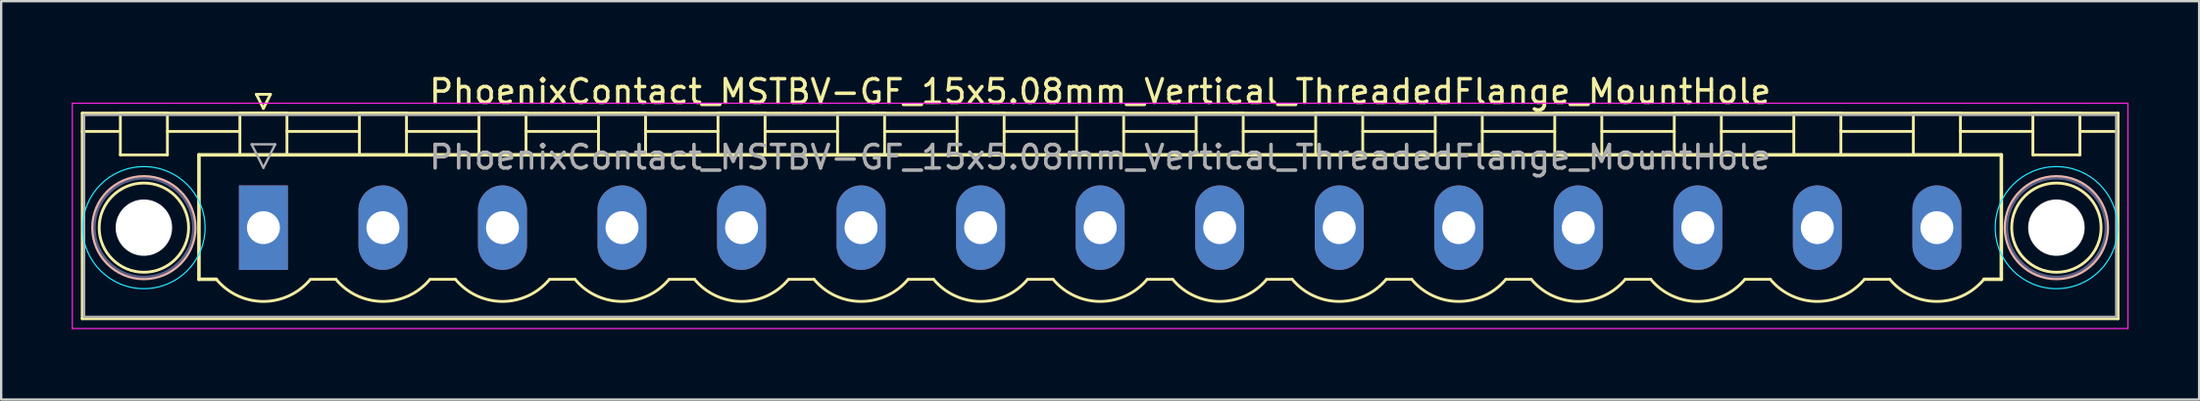
<source format=kicad_pcb>
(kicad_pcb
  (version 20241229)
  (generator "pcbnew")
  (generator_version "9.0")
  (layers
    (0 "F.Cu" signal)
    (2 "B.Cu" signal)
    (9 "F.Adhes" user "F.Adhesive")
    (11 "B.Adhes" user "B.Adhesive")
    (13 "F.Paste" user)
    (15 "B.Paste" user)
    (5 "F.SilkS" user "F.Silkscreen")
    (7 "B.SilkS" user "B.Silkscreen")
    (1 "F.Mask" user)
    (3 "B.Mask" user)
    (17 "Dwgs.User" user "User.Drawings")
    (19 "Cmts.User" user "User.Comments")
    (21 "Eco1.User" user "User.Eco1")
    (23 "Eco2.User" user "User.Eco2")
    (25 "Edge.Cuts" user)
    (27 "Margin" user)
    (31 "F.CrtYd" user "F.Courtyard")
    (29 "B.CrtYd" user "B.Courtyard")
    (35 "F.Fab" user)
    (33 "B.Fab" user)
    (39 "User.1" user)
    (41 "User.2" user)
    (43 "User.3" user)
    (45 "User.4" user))
  (footprint "PhoenixContact_MSTBV-GF_15x5.08mm_Vertical_ThreadedFlange_MountHole"
    (layer "F.Cu")
    (at 8.145 6.648)
    (property "Reference" "PhoenixContact_MSTBV-GF_15x5.08mm_Vertical_ThreadedFlange_MountHole" (at 35.56 -5.8 0) (layer "F.SilkS") (effects (font (size 1 1) (thickness 0.15))))
    (attr through_hole)
    (fp_line (start -7.7 -4.88) (end -7.7 3.88) (stroke (width 0.12) (type solid)) (layer "F.SilkS"))
    (fp_line (start -7.7 -4.1) (end -6.16 -4.1) (stroke (width 0.12) (type solid)) (layer "F.SilkS"))
    (fp_line (start -7.7 3.88) (end 78.82 3.88) (stroke (width 0.12) (type solid)) (layer "F.SilkS"))
    (fp_line (start -6.08 -4.88) (end -4.08 -4.88) (stroke (width 0.12) (type solid)) (layer "F.SilkS"))
    (fp_line (start -6.08 -3.1) (end -6.08 -4.88) (stroke (width 0.12) (type solid)) (layer "F.SilkS"))
    (fp_line (start -4.08 -4.88) (end -4.08 -3.1) (stroke (width 0.12) (type solid)) (layer "F.SilkS"))
    (fp_line (start -4.08 -4.1) (end -1 -4.1) (stroke (width 0.12) (type solid)) (layer "F.SilkS"))
    (fp_line (start -4.08 -3.1) (end -6.08 -3.1) (stroke (width 0.12) (type solid)) (layer "F.SilkS"))
    (fp_line (start -2.74 -3.1) (end 73.86 -3.1) (stroke (width 0.15) (type solid)) (layer "F.SilkS"))
    (fp_line (start -2.74 2.2) (end -2.74 -3.1) (stroke (width 0.15) (type solid)) (layer "F.SilkS"))
    (fp_line (start -2 2.2) (end -2.74 2.2) (stroke (width 0.15) (type solid)) (layer "F.SilkS"))
    (fp_line (start -1 -4.88) (end 1 -4.88) (stroke (width 0.12) (type solid)) (layer "F.SilkS"))
    (fp_line (start -1 -3.1) (end -1 -4.88) (stroke (width 0.12) (type solid)) (layer "F.SilkS"))
    (fp_line (start -0.3 -5.68) (end 0.3 -5.68) (stroke (width 0.12) (type solid)) (layer "F.SilkS"))
    (fp_line (start 0 -5.08) (end -0.3 -5.68) (stroke (width 0.12) (type solid)) (layer "F.SilkS"))
    (fp_line (start 0.3 -5.68) (end 0 -5.08) (stroke (width 0.12) (type solid)) (layer "F.SilkS"))
    (fp_line (start 1 -4.88) (end 1 -3.1) (stroke (width 0.12) (type solid)) (layer "F.SilkS"))
    (fp_line (start 1 -4.1) (end 4.08 -4.1) (stroke (width 0.12) (type solid)) (layer "F.SilkS"))
    (fp_line (start 1 -3.1) (end -1 -3.1) (stroke (width 0.12) (type solid)) (layer "F.SilkS"))
    (fp_line (start 2 2.2) (end 3.08 2.2) (stroke (width 0.12) (type solid)) (layer "F.SilkS"))
    (fp_line (start 4.08 -4.88) (end 6.08 -4.88) (stroke (width 0.12) (type solid)) (layer "F.SilkS"))
    (fp_line (start 4.08 -3.1) (end 4.08 -4.88) (stroke (width 0.12) (type solid)) (layer "F.SilkS"))
    (fp_line (start 6.08 -4.88) (end 6.08 -3.1) (stroke (width 0.12) (type solid)) (layer "F.SilkS"))
    (fp_line (start 6.08 -4.1) (end 9.16 -4.1) (stroke (width 0.12) (type solid)) (layer "F.SilkS"))
    (fp_line (start 6.08 -3.1) (end 4.08 -3.1) (stroke (width 0.12) (type solid)) (layer "F.SilkS"))
    (fp_line (start 7.08 2.2) (end 8.16 2.2) (stroke (width 0.12) (type solid)) (layer "F.SilkS"))
    (fp_line (start 9.16 -4.88) (end 11.16 -4.88) (stroke (width 0.12) (type solid)) (layer "F.SilkS"))
    (fp_line (start 9.16 -3.1) (end 9.16 -4.88) (stroke (width 0.12) (type solid)) (layer "F.SilkS"))
    (fp_line (start 11.16 -4.88) (end 11.16 -3.1) (stroke (width 0.12) (type solid)) (layer "F.SilkS"))
    (fp_line (start 11.16 -4.1) (end 14.24 -4.1) (stroke (width 0.12) (type solid)) (layer "F.SilkS"))
    (fp_line (start 11.16 -3.1) (end 9.16 -3.1) (stroke (width 0.12) (type solid)) (layer "F.SilkS"))
    (fp_line (start 12.16 2.2) (end 13.24 2.2) (stroke (width 0.12) (type solid)) (layer "F.SilkS"))
    (fp_line (start 14.24 -4.88) (end 16.24 -4.88) (stroke (width 0.12) (type solid)) (layer "F.SilkS"))
    (fp_line (start 14.24 -3.1) (end 14.24 -4.88) (stroke (width 0.12) (type solid)) (layer "F.SilkS"))
    (fp_line (start 16.24 -4.88) (end 16.24 -3.1) (stroke (width 0.12) (type solid)) (layer "F.SilkS"))
    (fp_line (start 16.24 -4.1) (end 19.32 -4.1) (stroke (width 0.12) (type solid)) (layer "F.SilkS"))
    (fp_line (start 16.24 -3.1) (end 14.24 -3.1) (stroke (width 0.12) (type solid)) (layer "F.SilkS"))
    (fp_line (start 17.24 2.2) (end 18.32 2.2) (stroke (width 0.12) (type solid)) (layer "F.SilkS"))
    (fp_line (start 19.32 -4.88) (end 21.32 -4.88) (stroke (width 0.12) (type solid)) (layer "F.SilkS"))
    (fp_line (start 19.32 -3.1) (end 19.32 -4.88) (stroke (width 0.12) (type solid)) (layer "F.SilkS"))
    (fp_line (start 21.32 -4.88) (end 21.32 -3.1) (stroke (width 0.12) (type solid)) (layer "F.SilkS"))
    (fp_line (start 21.32 -4.1) (end 24.4 -4.1) (stroke (width 0.12) (type solid)) (layer "F.SilkS"))
    (fp_line (start 21.32 -3.1) (end 19.32 -3.1) (stroke (width 0.12) (type solid)) (layer "F.SilkS"))
    (fp_line (start 22.32 2.2) (end 23.4 2.2) (stroke (width 0.12) (type solid)) (layer "F.SilkS"))
    (fp_line (start 24.4 -4.88) (end 26.4 -4.88) (stroke (width 0.12) (type solid)) (layer "F.SilkS"))
    (fp_line (start 24.4 -3.1) (end 24.4 -4.88) (stroke (width 0.12) (type solid)) (layer "F.SilkS"))
    (fp_line (start 26.4 -4.88) (end 26.4 -3.1) (stroke (width 0.12) (type solid)) (layer "F.SilkS"))
    (fp_line (start 26.4 -4.1) (end 29.48 -4.1) (stroke (width 0.12) (type solid)) (layer "F.SilkS"))
    (fp_line (start 26.4 -3.1) (end 24.4 -3.1) (stroke (width 0.12) (type solid)) (layer "F.SilkS"))
    (fp_line (start 27.4 2.2) (end 28.48 2.2) (stroke (width 0.12) (type solid)) (layer "F.SilkS"))
    (fp_line (start 29.48 -4.88) (end 31.48 -4.88) (stroke (width 0.12) (type solid)) (layer "F.SilkS"))
    (fp_line (start 29.48 -3.1) (end 29.48 -4.88) (stroke (width 0.12) (type solid)) (layer "F.SilkS"))
    (fp_line (start 31.48 -4.88) (end 31.48 -3.1) (stroke (width 0.12) (type solid)) (layer "F.SilkS"))
    (fp_line (start 31.48 -4.1) (end 34.56 -4.1) (stroke (width 0.12) (type solid)) (layer "F.SilkS"))
    (fp_line (start 31.48 -3.1) (end 29.48 -3.1) (stroke (width 0.12) (type solid)) (layer "F.SilkS"))
    (fp_line (start 32.48 2.2) (end 33.56 2.2) (stroke (width 0.12) (type solid)) (layer "F.SilkS"))
    (fp_line (start 34.56 -4.88) (end 36.56 -4.88) (stroke (width 0.12) (type solid)) (layer "F.SilkS"))
    (fp_line (start 34.56 -3.1) (end 34.56 -4.88) (stroke (width 0.12) (type solid)) (layer "F.SilkS"))
    (fp_line (start 36.56 -4.88) (end 36.56 -3.1) (stroke (width 0.12) (type solid)) (layer "F.SilkS"))
    (fp_line (start 36.56 -4.1) (end 39.64 -4.1) (stroke (width 0.12) (type solid)) (layer "F.SilkS"))
    (fp_line (start 36.56 -3.1) (end 34.56 -3.1) (stroke (width 0.12) (type solid)) (layer "F.SilkS"))
    (fp_line (start 37.56 2.2) (end 38.64 2.2) (stroke (width 0.12) (type solid)) (layer "F.SilkS"))
    (fp_line (start 39.64 -4.88) (end 41.64 -4.88) (stroke (width 0.12) (type solid)) (layer "F.SilkS"))
    (fp_line (start 39.64 -3.1) (end 39.64 -4.88) (stroke (width 0.12) (type solid)) (layer "F.SilkS"))
    (fp_line (start 41.64 -4.88) (end 41.64 -3.1) (stroke (width 0.12) (type solid)) (layer "F.SilkS"))
    (fp_line (start 41.64 -4.1) (end 44.72 -4.1) (stroke (width 0.12) (type solid)) (layer "F.SilkS"))
    (fp_line (start 41.64 -3.1) (end 39.64 -3.1) (stroke (width 0.12) (type solid)) (layer "F.SilkS"))
    (fp_line (start 42.64 2.2) (end 43.72 2.2) (stroke (width 0.12) (type solid)) (layer "F.SilkS"))
    (fp_line (start 44.72 -4.88) (end 46.72 -4.88) (stroke (width 0.12) (type solid)) (layer "F.SilkS"))
    (fp_line (start 44.72 -3.1) (end 44.72 -4.88) (stroke (width 0.12) (type solid)) (layer "F.SilkS"))
    (fp_line (start 46.72 -4.88) (end 46.72 -3.1) (stroke (width 0.12) (type solid)) (layer "F.SilkS"))
    (fp_line (start 46.72 -4.1) (end 49.8 -4.1) (stroke (width 0.12) (type solid)) (layer "F.SilkS"))
    (fp_line (start 46.72 -3.1) (end 44.72 -3.1) (stroke (width 0.12) (type solid)) (layer "F.SilkS"))
    (fp_line (start 47.72 2.2) (end 48.8 2.2) (stroke (width 0.12) (type solid)) (layer "F.SilkS"))
    (fp_line (start 49.8 -4.88) (end 51.8 -4.88) (stroke (width 0.12) (type solid)) (layer "F.SilkS"))
    (fp_line (start 49.8 -3.1) (end 49.8 -4.88) (stroke (width 0.12) (type solid)) (layer "F.SilkS"))
    (fp_line (start 51.8 -4.88) (end 51.8 -3.1) (stroke (width 0.12) (type solid)) (layer "F.SilkS"))
    (fp_line (start 51.8 -4.1) (end 54.88 -4.1) (stroke (width 0.12) (type solid)) (layer "F.SilkS"))
    (fp_line (start 51.8 -3.1) (end 49.8 -3.1) (stroke (width 0.12) (type solid)) (layer "F.SilkS"))
    (fp_line (start 52.8 2.2) (end 53.88 2.2) (stroke (width 0.12) (type solid)) (layer "F.SilkS"))
    (fp_line (start 54.88 -4.88) (end 56.88 -4.88) (stroke (width 0.12) (type solid)) (layer "F.SilkS"))
    (fp_line (start 54.88 -3.1) (end 54.88 -4.88) (stroke (width 0.12) (type solid)) (layer "F.SilkS"))
    (fp_line (start 56.88 -4.88) (end 56.88 -3.1) (stroke (width 0.12) (type solid)) (layer "F.SilkS"))
    (fp_line (start 56.88 -4.1) (end 59.96 -4.1) (stroke (width 0.12) (type solid)) (layer "F.SilkS"))
    (fp_line (start 56.88 -3.1) (end 54.88 -3.1) (stroke (width 0.12) (type solid)) (layer "F.SilkS"))
    (fp_line (start 57.88 2.2) (end 58.96 2.2) (stroke (width 0.12) (type solid)) (layer "F.SilkS"))
    (fp_line (start 59.96 -4.88) (end 61.96 -4.88) (stroke (width 0.12) (type solid)) (layer "F.SilkS"))
    (fp_line (start 59.96 -3.1) (end 59.96 -4.88) (stroke (width 0.12) (type solid)) (layer "F.SilkS"))
    (fp_line (start 61.96 -4.88) (end 61.96 -3.1) (stroke (width 0.12) (type solid)) (layer "F.SilkS"))
    (fp_line (start 61.96 -4.1) (end 65.04 -4.1) (stroke (width 0.12) (type solid)) (layer "F.SilkS"))
    (fp_line (start 61.96 -3.1) (end 59.96 -3.1) (stroke (width 0.12) (type solid)) (layer "F.SilkS"))
    (fp_line (start 62.96 2.2) (end 64.04 2.2) (stroke (width 0.12) (type solid)) (layer "F.SilkS"))
    (fp_line (start 65.04 -4.88) (end 67.04 -4.88) (stroke (width 0.12) (type solid)) (layer "F.SilkS"))
    (fp_line (start 65.04 -3.1) (end 65.04 -4.88) (stroke (width 0.12) (type solid)) (layer "F.SilkS"))
    (fp_line (start 67.04 -4.88) (end 67.04 -3.1) (stroke (width 0.12) (type solid)) (layer "F.SilkS"))
    (fp_line (start 67.04 -4.1) (end 70.12 -4.1) (stroke (width 0.12) (type solid)) (layer "F.SilkS"))
    (fp_line (start 67.04 -3.1) (end 65.04 -3.1) (stroke (width 0.12) (type solid)) (layer "F.SilkS"))
    (fp_line (start 68.04 2.2) (end 69.12 2.2) (stroke (width 0.12) (type solid)) (layer "F.SilkS"))
    (fp_line (start 70.12 -4.88) (end 72.12 -4.88) (stroke (width 0.12) (type solid)) (layer "F.SilkS"))
    (fp_line (start 70.12 -3.1) (end 70.12 -4.88) (stroke (width 0.12) (type solid)) (layer "F.SilkS"))
    (fp_line (start 72.12 -4.88) (end 72.12 -3.1) (stroke (width 0.12) (type solid)) (layer "F.SilkS"))
    (fp_line (start 72.12 -4.1) (end 75.2 -4.1) (stroke (width 0.12) (type solid)) (layer "F.SilkS"))
    (fp_line (start 72.12 -3.1) (end 70.12 -3.1) (stroke (width 0.12) (type solid)) (layer "F.SilkS"))
    (fp_line (start 73.86 -3.1) (end 73.86 2.2) (stroke (width 0.15) (type solid)) (layer "F.SilkS"))
    (fp_line (start 73.86 2.2) (end 73.12 2.2) (stroke (width 0.15) (type solid)) (layer "F.SilkS"))
    (fp_line (start 75.2 -4.88) (end 77.2 -4.88) (stroke (width 0.12) (type solid)) (layer "F.SilkS"))
    (fp_line (start 75.2 -3.1) (end 75.2 -4.88) (stroke (width 0.12) (type solid)) (layer "F.SilkS"))
    (fp_line (start 77.2 -4.88) (end 77.2 -3.1) (stroke (width 0.12) (type solid)) (layer "F.SilkS"))
    (fp_line (start 77.2 -3.1) (end 75.2 -3.1) (stroke (width 0.12) (type solid)) (layer "F.SilkS"))
    (fp_line (start 78.82 -4.88) (end -7.7 -4.88) (stroke (width 0.12) (type solid)) (layer "F.SilkS"))
    (fp_line (start 78.82 -4.1) (end 77.28 -4.1) (stroke (width 0.12) (type solid)) (layer "F.SilkS"))
    (fp_line (start 78.82 3.88) (end 78.82 -4.88) (stroke (width 0.12) (type solid)) (layer "F.SilkS"))
    (fp_arc (start 1.986842 2.215821) (mid -0.010289 3.142758) (end -2 2.2) (stroke (width 0.12) (type solid)) (layer "F.SilkS"))
    (fp_arc (start 7.066842 2.215821) (mid 5.069711 3.142758) (end 3.08 2.2) (stroke (width 0.12) (type solid)) (layer "F.SilkS"))
    (fp_arc (start 12.146842 2.215821) (mid 10.149711 3.142758) (end 8.16 2.2) (stroke (width 0.12) (type solid)) (layer "F.SilkS"))
    (fp_arc (start 17.226842 2.215821) (mid 15.229711 3.142758) (end 13.24 2.2) (stroke (width 0.12) (type solid)) (layer "F.SilkS"))
    (fp_arc (start 22.306842 2.215821) (mid 20.309711 3.142758) (end 18.32 2.2) (stroke (width 0.12) (type solid)) (layer "F.SilkS"))
    (fp_arc (start 27.386842 2.215821) (mid 25.389711 3.142758) (end 23.4 2.2) (stroke (width 0.12) (type solid)) (layer "F.SilkS"))
    (fp_arc (start 32.466842 2.215821) (mid 30.469711 3.142758) (end 28.48 2.2) (stroke (width 0.12) (type solid)) (layer "F.SilkS"))
    (fp_arc (start 37.546842 2.215821) (mid 35.549711 3.142758) (end 33.56 2.2) (stroke (width 0.12) (type solid)) (layer "F.SilkS"))
    (fp_arc (start 42.626842 2.215821) (mid 40.629711 3.142758) (end 38.64 2.2) (stroke (width 0.12) (type solid)) (layer "F.SilkS"))
    (fp_arc (start 47.706842 2.215821) (mid 45.709711 3.142758) (end 43.72 2.2) (stroke (width 0.12) (type solid)) (layer "F.SilkS"))
    (fp_arc (start 52.786842 2.215821) (mid 50.789711 3.142758) (end 48.8 2.2) (stroke (width 0.12) (type solid)) (layer "F.SilkS"))
    (fp_arc (start 57.866842 2.215821) (mid 55.869711 3.142758) (end 53.88 2.2) (stroke (width 0.12) (type solid)) (layer "F.SilkS"))
    (fp_arc (start 62.946842 2.215821) (mid 60.949711 3.142758) (end 58.96 2.2) (stroke (width 0.12) (type solid)) (layer "F.SilkS"))
    (fp_arc (start 68.026842 2.215821) (mid 66.029711 3.142758) (end 64.04 2.2) (stroke (width 0.12) (type solid)) (layer "F.SilkS"))
    (fp_arc (start 73.106842 2.215821) (mid 71.109711 3.142758) (end 69.12 2.2) (stroke (width 0.12) (type solid)) (layer "F.SilkS"))
    (fp_circle (center -5.08 0) (end -3.18 0) (stroke (width 0.12) (type solid)) (fill no) (layer "F.SilkS"))
    (fp_circle (center 76.2 0) (end 78.1 0) (stroke (width 0.12) (type solid)) (fill no) (layer "F.SilkS"))
    (fp_circle (center -5.08 0) (end -2.9 0) (stroke (width 0.12) (type solid)) (fill no) (layer "B.SilkS"))
    (fp_circle (center 76.2 0) (end 78.38 0) (stroke (width 0.12) (type solid)) (fill no) (layer "B.SilkS"))
    (fp_circle (center -5.08 0) (end -2.48 0) (stroke (width 0.05) (type solid)) (fill no) (layer "B.CrtYd"))
    (fp_circle (center 76.2 0) (end 78.8 0) (stroke (width 0.05) (type solid)) (fill no) (layer "B.CrtYd"))
    (fp_line (start -8.12 -5.3) (end -8.12 4.3) (stroke (width 0.05) (type solid)) (layer "F.CrtYd"))
    (fp_line (start -8.12 4.3) (end 79.24 4.3) (stroke (width 0.05) (type solid)) (layer "F.CrtYd"))
    (fp_line (start 79.24 -5.3) (end -8.12 -5.3) (stroke (width 0.05) (type solid)) (layer "F.CrtYd"))
    (fp_line (start 79.24 4.3) (end 79.24 -5.3) (stroke (width 0.05) (type solid)) (layer "F.CrtYd"))
    (fp_circle (center -5.08 0) (end -2.98 0) (stroke (width 0.1) (type solid)) (fill no) (layer "B.Fab"))
    (fp_circle (center 76.2 0) (end 78.3 0) (stroke (width 0.1) (type solid)) (fill no) (layer "B.Fab"))
    (fp_line (start -7.62 -4.8) (end -7.62 3.8) (stroke (width 0.1) (type solid)) (layer "F.Fab"))
    (fp_line (start -7.62 3.8) (end 78.74 3.8) (stroke (width 0.1) (type solid)) (layer "F.Fab"))
    (fp_line (start -0.5 -3.55) (end 0.5 -3.55) (stroke (width 0.1) (type solid)) (layer "F.Fab"))
    (fp_line (start 0 -2.55) (end -0.5 -3.55) (stroke (width 0.1) (type solid)) (layer "F.Fab"))
    (fp_line (start 0.5 -3.55) (end 0 -2.55) (stroke (width 0.1) (type solid)) (layer "F.Fab"))
    (fp_line (start 78.74 -4.8) (end -7.62 -4.8) (stroke (width 0.1) (type solid)) (layer "F.Fab"))
    (fp_line (start 78.74 3.8) (end 78.74 -4.8) (stroke (width 0.1) (type solid)) (layer "F.Fab"))
    (fp_text user "${REFERENCE}" (at 35.56 -3 0) (layer "F.Fab") (effects (font (size 1 1) (thickness 0.15))))
    (pad "" np_thru_hole circle (at -5.08 0) (size 2.4 2.4) (drill 2.4) (layers "*.Cu" "*.Mask"))
    (pad "" np_thru_hole circle (at 76.2 0) (size 2.4 2.4) (drill 2.4) (layers "*.Cu" "*.Mask"))
    (pad "1" thru_hole rect (at 0 0) (size 2.08 3.6) (drill 1.4) (layers "*.Cu" "*.Mask"))
    (pad "2" thru_hole oval (at 5.08 0) (size 2.08 3.6) (drill 1.4) (layers "*.Cu" "*.Mask"))
    (pad "3" thru_hole oval (at 10.16 0) (size 2.08 3.6) (drill 1.4) (layers "*.Cu" "*.Mask"))
    (pad "4" thru_hole oval (at 15.24 0) (size 2.08 3.6) (drill 1.4) (layers "*.Cu" "*.Mask"))
    (pad "5" thru_hole oval (at 20.32 0) (size 2.08 3.6) (drill 1.4) (layers "*.Cu" "*.Mask"))
    (pad "6" thru_hole oval (at 25.4 0) (size 2.08 3.6) (drill 1.4) (layers "*.Cu" "*.Mask"))
    (pad "7" thru_hole oval (at 30.48 0) (size 2.08 3.6) (drill 1.4) (layers "*.Cu" "*.Mask"))
    (pad "8" thru_hole oval (at 35.56 0) (size 2.08 3.6) (drill 1.4) (layers "*.Cu" "*.Mask"))
    (pad "9" thru_hole oval (at 40.64 0) (size 2.08 3.6) (drill 1.4) (layers "*.Cu" "*.Mask"))
    (pad "10" thru_hole oval (at 45.72 0) (size 2.08 3.6) (drill 1.4) (layers "*.Cu" "*.Mask"))
    (pad "11" thru_hole oval (at 50.8 0) (size 2.08 3.6) (drill 1.4) (layers "*.Cu" "*.Mask"))
    (pad "12" thru_hole oval (at 55.88 0) (size 2.08 3.6) (drill 1.4) (layers "*.Cu" "*.Mask"))
    (pad "13" thru_hole oval (at 60.96 0) (size 2.08 3.6) (drill 1.4) (layers "*.Cu" "*.Mask"))
    (pad "14" thru_hole oval (at 66.04 0) (size 2.08 3.6) (drill 1.4) (layers "*.Cu" "*.Mask"))
    (pad "15" thru_hole oval (at 71.12 0) (size 2.08 3.6) (drill 1.4) (layers "*.Cu" "*.Mask")))
  (gr_rect
    (start -3 -3)
    (end 90.41 13.973)
    (stroke (width 0.1) (type default))
    (fill no)
    (layer "Edge.Cuts")))
</source>
